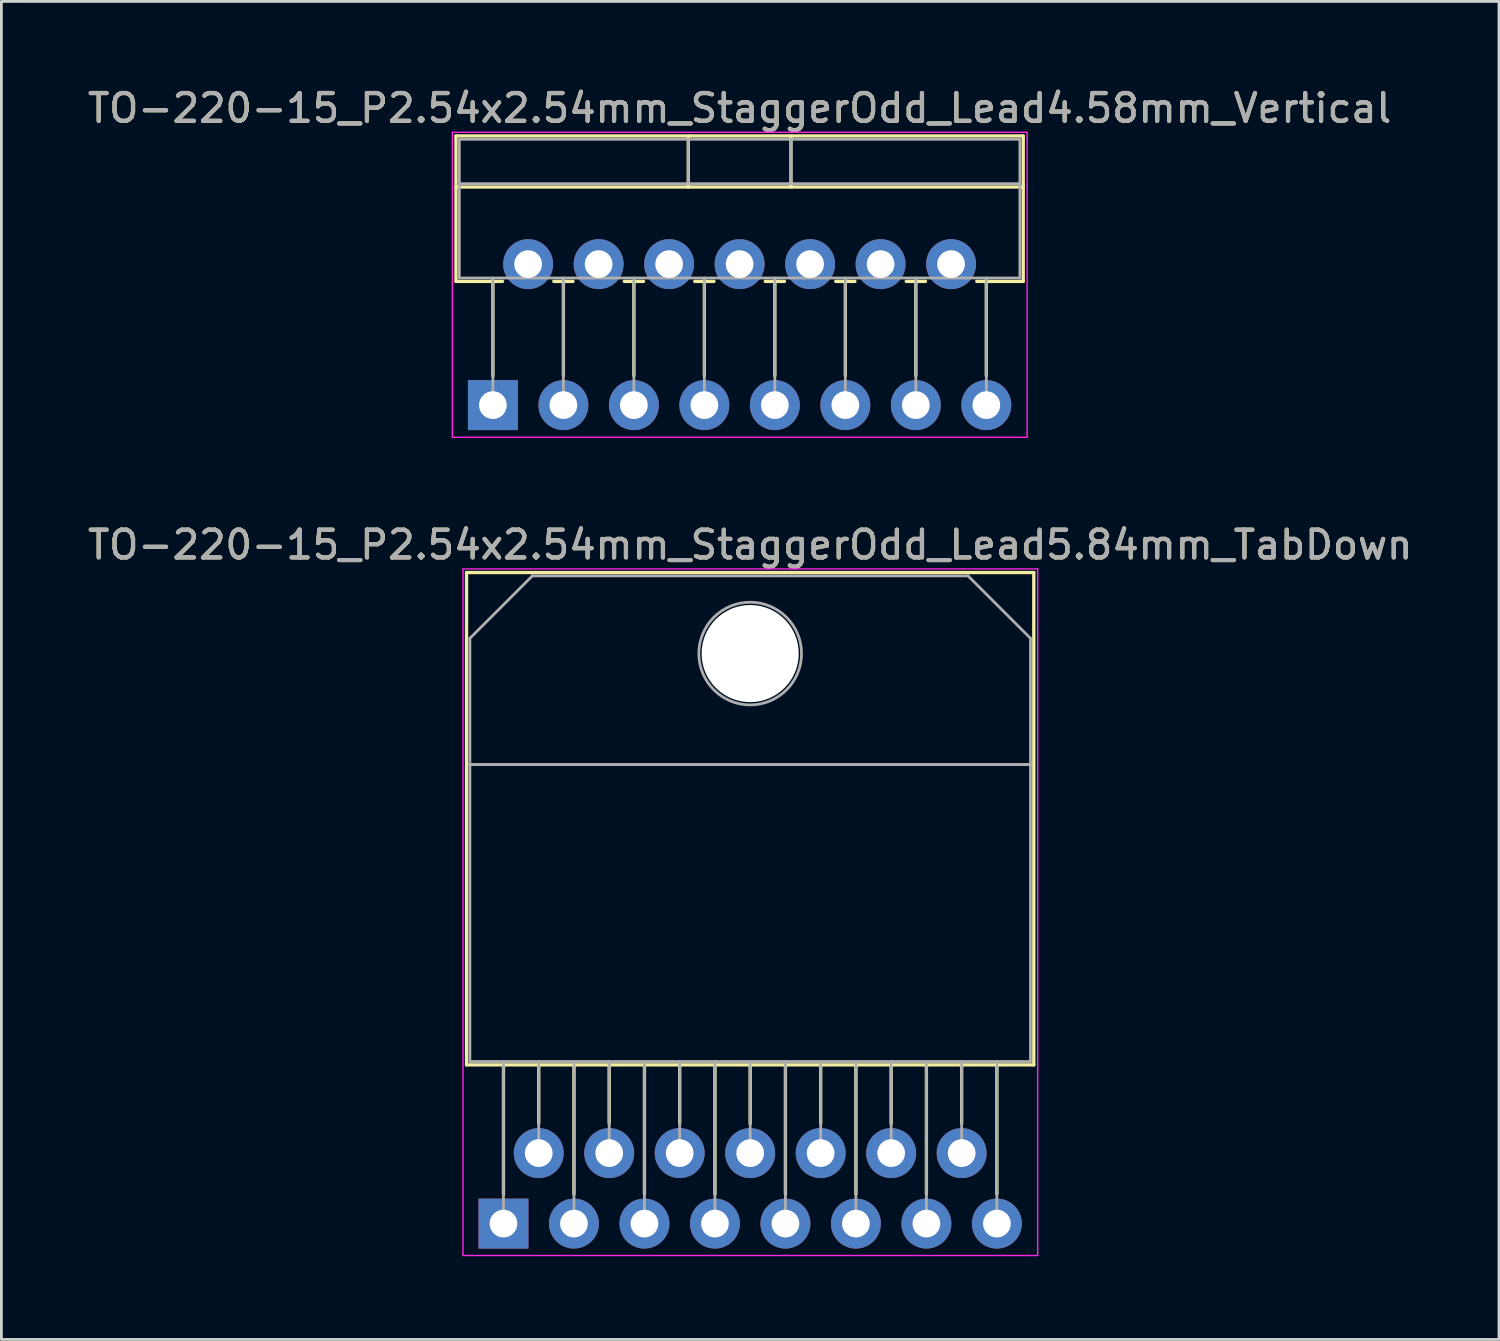
<source format=kicad_pcb>
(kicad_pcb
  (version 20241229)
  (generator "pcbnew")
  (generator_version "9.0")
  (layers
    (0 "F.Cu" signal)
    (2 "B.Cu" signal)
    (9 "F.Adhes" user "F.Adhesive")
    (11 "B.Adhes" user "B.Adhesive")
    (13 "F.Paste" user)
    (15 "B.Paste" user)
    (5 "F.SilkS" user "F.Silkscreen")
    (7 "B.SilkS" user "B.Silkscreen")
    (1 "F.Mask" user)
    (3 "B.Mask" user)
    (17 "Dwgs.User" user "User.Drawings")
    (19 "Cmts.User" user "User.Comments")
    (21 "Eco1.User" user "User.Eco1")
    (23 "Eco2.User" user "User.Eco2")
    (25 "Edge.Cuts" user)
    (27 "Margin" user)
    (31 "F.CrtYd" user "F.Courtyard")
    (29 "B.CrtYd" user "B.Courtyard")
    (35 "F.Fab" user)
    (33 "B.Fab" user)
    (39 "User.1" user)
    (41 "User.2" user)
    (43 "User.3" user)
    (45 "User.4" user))
  (footprint "TO-220-15_P2.54x2.54mm_StaggerOdd_Lead4.58mm_Vertical"
    (layer "F.Cu")
    (at 14.711 11.548)
    (property "Reference" "TO-220-15_P2.54x2.54mm_StaggerOdd_Lead4.58mm_Vertical" (at 8.89 -10.7 0) (layer "F.SilkS") (effects (font (size 1 1) (thickness 0.15))))
    (attr through_hole)
    (fp_line (start -1.33 -9.7) (end -1.33 -4.459) (stroke (width 0.12) (type solid)) (layer "F.SilkS"))
    (fp_line (start -1.33 -9.7) (end 19.11 -9.7) (stroke (width 0.12) (type solid)) (layer "F.SilkS"))
    (fp_line (start -1.33 -7.86) (end 19.11 -7.86) (stroke (width 0.12) (type solid)) (layer "F.SilkS"))
    (fp_line (start -1.33 -4.459) (end 0.346 -4.459) (stroke (width 0.12) (type solid)) (layer "F.SilkS"))
    (fp_line (start 0 -4.459) (end 0 -1.05) (stroke (width 0.12) (type solid)) (layer "F.SilkS"))
    (fp_line (start 2.195 -4.459) (end 2.886 -4.459) (stroke (width 0.12) (type solid)) (layer "F.SilkS"))
    (fp_line (start 2.54 -4.459) (end 2.54 -1.065) (stroke (width 0.12) (type solid)) (layer "F.SilkS"))
    (fp_line (start 4.735 -4.459) (end 5.426 -4.459) (stroke (width 0.12) (type solid)) (layer "F.SilkS"))
    (fp_line (start 5.08 -4.459) (end 5.08 -1.065) (stroke (width 0.12) (type solid)) (layer "F.SilkS"))
    (fp_line (start 7.041 -9.7) (end 7.041 -7.86) (stroke (width 0.12) (type solid)) (layer "F.SilkS"))
    (fp_line (start 7.275 -4.459) (end 7.966 -4.459) (stroke (width 0.12) (type solid)) (layer "F.SilkS"))
    (fp_line (start 7.62 -4.459) (end 7.62 -1.065) (stroke (width 0.12) (type solid)) (layer "F.SilkS"))
    (fp_line (start 9.815 -4.459) (end 10.506 -4.459) (stroke (width 0.12) (type solid)) (layer "F.SilkS"))
    (fp_line (start 10.16 -4.459) (end 10.16 -1.065) (stroke (width 0.12) (type solid)) (layer "F.SilkS"))
    (fp_line (start 10.74 -9.7) (end 10.74 -7.86) (stroke (width 0.12) (type solid)) (layer "F.SilkS"))
    (fp_line (start 12.355 -4.459) (end 13.046 -4.459) (stroke (width 0.12) (type solid)) (layer "F.SilkS"))
    (fp_line (start 12.7 -4.459) (end 12.7 -1.065) (stroke (width 0.12) (type solid)) (layer "F.SilkS"))
    (fp_line (start 14.895 -4.459) (end 15.586 -4.459) (stroke (width 0.12) (type solid)) (layer "F.SilkS"))
    (fp_line (start 15.24 -4.459) (end 15.24 -1.065) (stroke (width 0.12) (type solid)) (layer "F.SilkS"))
    (fp_line (start 17.435 -4.459) (end 19.11 -4.459) (stroke (width 0.12) (type solid)) (layer "F.SilkS"))
    (fp_line (start 17.78 -4.459) (end 17.78 -1.065) (stroke (width 0.12) (type solid)) (layer "F.SilkS"))
    (fp_line (start 19.11 -9.7) (end 19.11 -4.459) (stroke (width 0.12) (type solid)) (layer "F.SilkS"))
    (fp_line (start -1.46 -9.83) (end -1.46 1.16) (stroke (width 0.05) (type solid)) (layer "F.CrtYd"))
    (fp_line (start -1.46 1.16) (end 19.25 1.16) (stroke (width 0.05) (type solid)) (layer "F.CrtYd"))
    (fp_line (start 19.25 -9.83) (end -1.46 -9.83) (stroke (width 0.05) (type solid)) (layer "F.CrtYd"))
    (fp_line (start 19.25 1.16) (end 19.25 -9.83) (stroke (width 0.05) (type solid)) (layer "F.CrtYd"))
    (fp_line (start -1.21 -9.58) (end -1.21 -4.58) (stroke (width 0.1) (type solid)) (layer "F.Fab"))
    (fp_line (start -1.21 -7.98) (end 18.99 -7.98) (stroke (width 0.1) (type solid)) (layer "F.Fab"))
    (fp_line (start -1.21 -4.58) (end 18.99 -4.58) (stroke (width 0.1) (type solid)) (layer "F.Fab"))
    (fp_line (start 0 -4.58) (end 0 0) (stroke (width 0.1) (type solid)) (layer "F.Fab"))
    (fp_line (start 2.54 -4.58) (end 2.54 0) (stroke (width 0.1) (type solid)) (layer "F.Fab"))
    (fp_line (start 5.08 -4.58) (end 5.08 0) (stroke (width 0.1) (type solid)) (layer "F.Fab"))
    (fp_line (start 7.04 -9.58) (end 7.04 -7.98) (stroke (width 0.1) (type solid)) (layer "F.Fab"))
    (fp_line (start 7.62 -4.58) (end 7.62 0) (stroke (width 0.1) (type solid)) (layer "F.Fab"))
    (fp_line (start 10.16 -4.58) (end 10.16 0) (stroke (width 0.1) (type solid)) (layer "F.Fab"))
    (fp_line (start 10.74 -9.58) (end 10.74 -7.98) (stroke (width 0.1) (type solid)) (layer "F.Fab"))
    (fp_line (start 12.7 -4.58) (end 12.7 0) (stroke (width 0.1) (type solid)) (layer "F.Fab"))
    (fp_line (start 15.24 -4.58) (end 15.24 0) (stroke (width 0.1) (type solid)) (layer "F.Fab"))
    (fp_line (start 17.78 -4.58) (end 17.78 0) (stroke (width 0.1) (type solid)) (layer "F.Fab"))
    (fp_line (start 18.99 -9.58) (end -1.21 -9.58) (stroke (width 0.1) (type solid)) (layer "F.Fab"))
    (fp_line (start 18.99 -4.58) (end 18.99 -9.58) (stroke (width 0.1) (type solid)) (layer "F.Fab"))
    (fp_text user "${REFERENCE}" (at 8.89 -10.7 0) (layer "F.Fab") (effects (font (size 1 1) (thickness 0.15))))
    (pad "1" thru_hole rect (at 0 0) (size 1.8 1.8) (drill 1) (layers "*.Cu" "*.Mask"))
    (pad "2" thru_hole oval (at 1.27 -5.08) (size 1.8 1.8) (drill 1) (layers "*.Cu" "*.Mask"))
    (pad "3" thru_hole oval (at 2.54 0) (size 1.8 1.8) (drill 1) (layers "*.Cu" "*.Mask"))
    (pad "4" thru_hole oval (at 3.81 -5.08) (size 1.8 1.8) (drill 1) (layers "*.Cu" "*.Mask"))
    (pad "5" thru_hole oval (at 5.08 0) (size 1.8 1.8) (drill 1) (layers "*.Cu" "*.Mask"))
    (pad "6" thru_hole oval (at 6.35 -5.08) (size 1.8 1.8) (drill 1) (layers "*.Cu" "*.Mask"))
    (pad "7" thru_hole oval (at 7.62 0) (size 1.8 1.8) (drill 1) (layers "*.Cu" "*.Mask"))
    (pad "8" thru_hole oval (at 8.89 -5.08) (size 1.8 1.8) (drill 1) (layers "*.Cu" "*.Mask"))
    (pad "9" thru_hole oval (at 10.16 0) (size 1.8 1.8) (drill 1) (layers "*.Cu" "*.Mask"))
    (pad "10" thru_hole oval (at 11.43 -5.08) (size 1.8 1.8) (drill 1) (layers "*.Cu" "*.Mask"))
    (pad "11" thru_hole oval (at 12.7 0) (size 1.8 1.8) (drill 1) (layers "*.Cu" "*.Mask"))
    (pad "12" thru_hole oval (at 13.97 -5.08) (size 1.8 1.8) (drill 1) (layers "*.Cu" "*.Mask"))
    (pad "13" thru_hole oval (at 15.24 0) (size 1.8 1.8) (drill 1) (layers "*.Cu" "*.Mask"))
    (pad "14" thru_hole oval (at 16.51 -5.08) (size 1.8 1.8) (drill 1) (layers "*.Cu" "*.Mask"))
    (pad "15" thru_hole oval (at 17.78 0) (size 1.8 1.8) (drill 1) (layers "*.Cu" "*.Mask")))
  (footprint "TO-220-15_P2.54x2.54mm_StaggerOdd_Lead5.84mm_TabDown"
    (layer "F.Cu")
    (at 15.092 41.041)
    (property "Reference" "TO-220-15_P2.54x2.54mm_StaggerOdd_Lead5.84mm_TabDown" (at 8.89 -24.46 0) (layer "F.SilkS") (effects (font (size 1 1) (thickness 0.15))))
    (attr through_hole)
    (fp_line (start -1.33 -23.46) (end -1.33 -5.72) (stroke (width 0.12) (type solid)) (layer "F.SilkS"))
    (fp_line (start -1.33 -23.46) (end 19.11 -23.46) (stroke (width 0.12) (type solid)) (layer "F.SilkS"))
    (fp_line (start -1.33 -5.72) (end 19.11 -5.72) (stroke (width 0.12) (type solid)) (layer "F.SilkS"))
    (fp_line (start 0 -5.72) (end 0 -1.05) (stroke (width 0.12) (type solid)) (layer "F.SilkS"))
    (fp_line (start 1.27 -5.72) (end 1.27 -3.606) (stroke (width 0.12) (type solid)) (layer "F.SilkS"))
    (fp_line (start 2.54 -5.72) (end 2.54 -1.065) (stroke (width 0.12) (type solid)) (layer "F.SilkS"))
    (fp_line (start 3.81 -5.72) (end 3.81 -3.606) (stroke (width 0.12) (type solid)) (layer "F.SilkS"))
    (fp_line (start 5.08 -5.72) (end 5.08 -1.065) (stroke (width 0.12) (type solid)) (layer "F.SilkS"))
    (fp_line (start 6.35 -5.72) (end 6.35 -3.606) (stroke (width 0.12) (type solid)) (layer "F.SilkS"))
    (fp_line (start 7.62 -5.72) (end 7.62 -1.065) (stroke (width 0.12) (type solid)) (layer "F.SilkS"))
    (fp_line (start 8.89 -5.72) (end 8.89 -3.606) (stroke (width 0.12) (type solid)) (layer "F.SilkS"))
    (fp_line (start 10.16 -5.72) (end 10.16 -1.065) (stroke (width 0.12) (type solid)) (layer "F.SilkS"))
    (fp_line (start 11.43 -5.72) (end 11.43 -3.606) (stroke (width 0.12) (type solid)) (layer "F.SilkS"))
    (fp_line (start 12.7 -5.72) (end 12.7 -1.065) (stroke (width 0.12) (type solid)) (layer "F.SilkS"))
    (fp_line (start 13.97 -5.72) (end 13.97 -3.606) (stroke (width 0.12) (type solid)) (layer "F.SilkS"))
    (fp_line (start 15.24 -5.72) (end 15.24 -1.065) (stroke (width 0.12) (type solid)) (layer "F.SilkS"))
    (fp_line (start 16.51 -5.72) (end 16.51 -3.606) (stroke (width 0.12) (type solid)) (layer "F.SilkS"))
    (fp_line (start 17.78 -5.72) (end 17.78 -1.065) (stroke (width 0.12) (type solid)) (layer "F.SilkS"))
    (fp_line (start 19.11 -23.46) (end 19.11 -5.72) (stroke (width 0.12) (type solid)) (layer "F.SilkS"))
    (fp_line (start -1.46 -23.59) (end -1.46 1.15) (stroke (width 0.05) (type solid)) (layer "F.CrtYd"))
    (fp_line (start -1.46 1.15) (end 19.25 1.15) (stroke (width 0.05) (type solid)) (layer "F.CrtYd"))
    (fp_line (start 19.25 -23.59) (end -1.46 -23.59) (stroke (width 0.05) (type solid)) (layer "F.CrtYd"))
    (fp_line (start 19.25 1.15) (end 19.25 -23.59) (stroke (width 0.05) (type solid)) (layer "F.CrtYd"))
    (fp_line (start -1.21 -21.09) (end 1.041 -23.34) (stroke (width 0.1) (type solid)) (layer "F.Fab"))
    (fp_line (start -1.21 -16.54) (end -1.21 -21.09) (stroke (width 0.1) (type solid)) (layer "F.Fab"))
    (fp_line (start -1.21 -16.54) (end 18.99 -16.54) (stroke (width 0.1) (type solid)) (layer "F.Fab"))
    (fp_line (start -1.21 -5.84) (end -1.21 -16.54) (stroke (width 0.1) (type solid)) (layer "F.Fab"))
    (fp_line (start 0 -5.84) (end 0 0) (stroke (width 0.1) (type solid)) (layer "F.Fab"))
    (fp_line (start 1.041 -23.34) (end 16.74 -23.34) (stroke (width 0.1) (type solid)) (layer "F.Fab"))
    (fp_line (start 1.27 -5.84) (end 1.27 -2.54) (stroke (width 0.1) (type solid)) (layer "F.Fab"))
    (fp_line (start 2.54 -5.84) (end 2.54 0) (stroke (width 0.1) (type solid)) (layer "F.Fab"))
    (fp_line (start 3.81 -5.84) (end 3.81 -2.54) (stroke (width 0.1) (type solid)) (layer "F.Fab"))
    (fp_line (start 5.08 -5.84) (end 5.08 0) (stroke (width 0.1) (type solid)) (layer "F.Fab"))
    (fp_line (start 6.35 -5.84) (end 6.35 -2.54) (stroke (width 0.1) (type solid)) (layer "F.Fab"))
    (fp_line (start 7.62 -5.84) (end 7.62 0) (stroke (width 0.1) (type solid)) (layer "F.Fab"))
    (fp_line (start 8.89 -5.84) (end 8.89 -2.54) (stroke (width 0.1) (type solid)) (layer "F.Fab"))
    (fp_line (start 10.16 -5.84) (end 10.16 0) (stroke (width 0.1) (type solid)) (layer "F.Fab"))
    (fp_line (start 11.43 -5.84) (end 11.43 -2.54) (stroke (width 0.1) (type solid)) (layer "F.Fab"))
    (fp_line (start 12.7 -5.84) (end 12.7 0) (stroke (width 0.1) (type solid)) (layer "F.Fab"))
    (fp_line (start 13.97 -5.84) (end 13.97 -2.54) (stroke (width 0.1) (type solid)) (layer "F.Fab"))
    (fp_line (start 15.24 -5.84) (end 15.24 0) (stroke (width 0.1) (type solid)) (layer "F.Fab"))
    (fp_line (start 16.51 -5.84) (end 16.51 -2.54) (stroke (width 0.1) (type solid)) (layer "F.Fab"))
    (fp_line (start 16.74 -23.34) (end 18.99 -21.09) (stroke (width 0.1) (type solid)) (layer "F.Fab"))
    (fp_line (start 17.78 -5.84) (end 17.78 0) (stroke (width 0.1) (type solid)) (layer "F.Fab"))
    (fp_line (start 18.99 -21.09) (end 18.99 -16.54) (stroke (width 0.1) (type solid)) (layer "F.Fab"))
    (fp_line (start 18.99 -16.54) (end -1.21 -16.54) (stroke (width 0.1) (type solid)) (layer "F.Fab"))
    (fp_line (start 18.99 -16.54) (end 18.99 -5.84) (stroke (width 0.1) (type solid)) (layer "F.Fab"))
    (fp_line (start 18.99 -5.84) (end -1.21 -5.84) (stroke (width 0.1) (type solid)) (layer "F.Fab"))
    (fp_circle (center 8.89 -20.54) (end 10.74 -20.54) (stroke (width 0.1) (type solid)) (fill no) (layer "F.Fab"))
    (fp_text user "${REFERENCE}" (at 8.89 -24.46 0) (layer "F.Fab") (effects (font (size 1 1) (thickness 0.15))))
    (pad "" np_thru_hole oval (at 8.89 -20.54) (size 3.5 3.5) (drill 3.5) (layers "*.Cu" "*.Mask"))
    (pad "1" thru_hole rect (at 0 0) (size 1.8 1.8) (drill 1) (layers "*.Cu" "*.Mask"))
    (pad "2" thru_hole oval (at 1.27 -2.54) (size 1.8 1.8) (drill 1) (layers "*.Cu" "*.Mask"))
    (pad "3" thru_hole oval (at 2.54 0) (size 1.8 1.8) (drill 1) (layers "*.Cu" "*.Mask"))
    (pad "4" thru_hole oval (at 3.81 -2.54) (size 1.8 1.8) (drill 1) (layers "*.Cu" "*.Mask"))
    (pad "5" thru_hole oval (at 5.08 0) (size 1.8 1.8) (drill 1) (layers "*.Cu" "*.Mask"))
    (pad "6" thru_hole oval (at 6.35 -2.54) (size 1.8 1.8) (drill 1) (layers "*.Cu" "*.Mask"))
    (pad "7" thru_hole oval (at 7.62 0) (size 1.8 1.8) (drill 1) (layers "*.Cu" "*.Mask"))
    (pad "8" thru_hole oval (at 8.89 -2.54) (size 1.8 1.8) (drill 1) (layers "*.Cu" "*.Mask"))
    (pad "9" thru_hole oval (at 10.16 0) (size 1.8 1.8) (drill 1) (layers "*.Cu" "*.Mask"))
    (pad "10" thru_hole oval (at 11.43 -2.54) (size 1.8 1.8) (drill 1) (layers "*.Cu" "*.Mask"))
    (pad "11" thru_hole oval (at 12.7 0) (size 1.8 1.8) (drill 1) (layers "*.Cu" "*.Mask"))
    (pad "12" thru_hole oval (at 13.97 -2.54) (size 1.8 1.8) (drill 1) (layers "*.Cu" "*.Mask"))
    (pad "13" thru_hole oval (at 15.24 0) (size 1.8 1.8) (drill 1) (layers "*.Cu" "*.Mask"))
    (pad "14" thru_hole oval (at 16.51 -2.54) (size 1.8 1.8) (drill 1) (layers "*.Cu" "*.Mask"))
    (pad "15" thru_hole oval (at 17.78 0) (size 1.8 1.8) (drill 1) (layers "*.Cu" "*.Mask")))
  (gr_rect
    (start -3 -3)
    (end 50.964 45.217)
    (stroke (width 0.1) (type default))
    (fill no)
    (layer "Edge.Cuts")))
</source>
